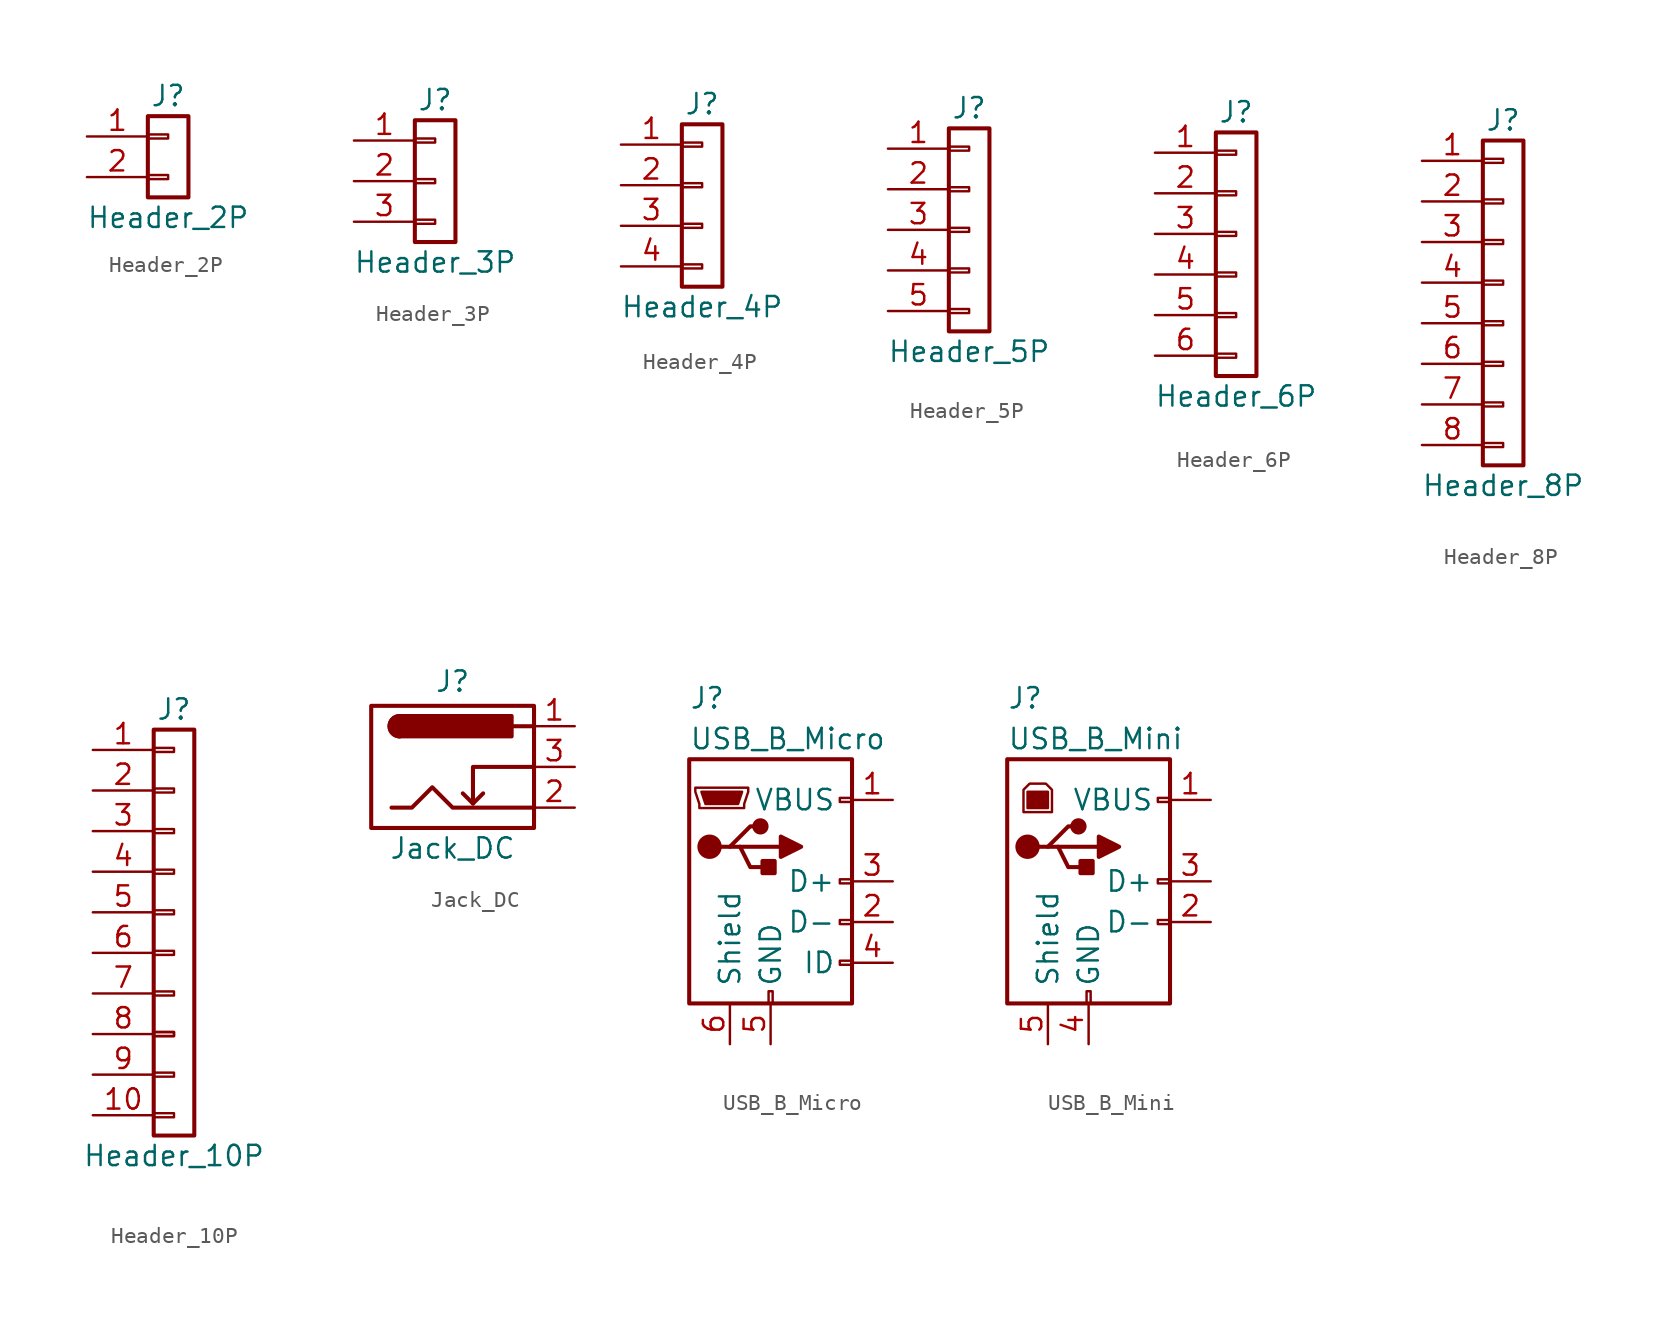
<source format=kicad_sym>
(kicad_symbol_lib
  (version 20220914)
  (generator kicad_symbol_editor)
  (symbol "Header_2P"
    (pin_names
      (offset 1.016) hide)
    (property "Reference" "J"
      (at 0 3.81 0)
      (effects (font (size 1.27 1.27))))
    (property "Value" "Header_2P"
      (at 0 -3.81 0)
      (effects (font (size 1.27 1.27))))
    (symbol "Header_2P_1_1"
      (rectangle (start -1.27 -1.143) (end 0 -1.397) (stroke (width 0.152) (type default)) (fill (type none)))
      (rectangle (start -1.27 1.397) (end 0 1.143) (stroke (width 0.152) (type default)) (fill (type none)))
      (rectangle (start -1.27 2.54) (end 1.27 -2.54) (stroke (width 0.254) (type default)) (fill (type none)))
      (pin passive line (at -5.08 1.27 0) (length 3.81) (name "Pin_1" (effects (font (size 1.27 1.27)))) (number "1" (effects (font (size 1.27 1.27)))))
      (pin passive line (at -5.08 -1.27 0) (length 3.81) (name "Pin_2" (effects (font (size 1.27 1.27)))) (number "2" (effects (font (size 1.27 1.27)))))))
  (symbol "Header_3P"
    (pin_names
      (offset 1.016) hide)
    (property "Reference" "J"
      (at 0 5.08 0)
      (effects (font (size 1.27 1.27))))
    (property "Value" "Header_3P"
      (at 0 -5.08 0)
      (effects (font (size 1.27 1.27))))
    (symbol "Header_3P_1_1"
      (rectangle (start -1.27 -2.413) (end 0 -2.667) (stroke (width 0.152) (type default)) (fill (type none)))
      (rectangle (start -1.27 0.127) (end 0 -0.127) (stroke (width 0.152) (type default)) (fill (type none)))
      (rectangle (start -1.27 2.667) (end 0 2.413) (stroke (width 0.152) (type default)) (fill (type none)))
      (rectangle (start -1.27 3.81) (end 1.27 -3.81) (stroke (width 0.254) (type default)) (fill (type none)))
      (pin passive line (at -5.08 2.54 0) (length 3.81) (name "Pin_1" (effects (font (size 1.27 1.27)))) (number "1" (effects (font (size 1.27 1.27)))))
      (pin passive line (at -5.08 0 0) (length 3.81) (name "Pin_2" (effects (font (size 1.27 1.27)))) (number "2" (effects (font (size 1.27 1.27)))))
      (pin passive line (at -5.08 -2.54 0) (length 3.81) (name "Pin_3" (effects (font (size 1.27 1.27)))) (number "3" (effects (font (size 1.27 1.27)))))))
  (symbol "Header_4P"
    (pin_names
      (offset 1.016) hide)
    (property "Reference" "J"
      (at 0 6.35 0)
      (effects (font (size 1.27 1.27))))
    (property "Value" "Header_4P"
      (at 0 -6.35 0)
      (effects (font (size 1.27 1.27))))
    (symbol "Header_4P_1_1"
      (rectangle (start -1.27 -3.683) (end 0 -3.937) (stroke (width 0.152) (type default)) (fill (type none)))
      (rectangle (start -1.27 -1.143) (end 0 -1.397) (stroke (width 0.152) (type default)) (fill (type none)))
      (rectangle (start -1.27 1.397) (end 0 1.143) (stroke (width 0.152) (type default)) (fill (type none)))
      (rectangle (start -1.27 3.937) (end 0 3.683) (stroke (width 0.152) (type default)) (fill (type none)))
      (rectangle (start -1.27 5.08) (end 1.27 -5.08) (stroke (width 0.254) (type default)) (fill (type none)))
      (pin passive line (at -5.08 3.81 0) (length 3.81) (name "Pin_1" (effects (font (size 1.27 1.27)))) (number "1" (effects (font (size 1.27 1.27)))))
      (pin passive line (at -5.08 1.27 0) (length 3.81) (name "Pin_2" (effects (font (size 1.27 1.27)))) (number "2" (effects (font (size 1.27 1.27)))))
      (pin passive line (at -5.08 -1.27 0) (length 3.81) (name "Pin_3" (effects (font (size 1.27 1.27)))) (number "3" (effects (font (size 1.27 1.27)))))
      (pin passive line (at -5.08 -3.81 0) (length 3.81) (name "Pin_4" (effects (font (size 1.27 1.27)))) (number "4" (effects (font (size 1.27 1.27)))))))
  (symbol "Header_5P"
    (pin_names
      (offset 1.016) hide)
    (property "Reference" "J"
      (at 0 7.62 0)
      (effects (font (size 1.27 1.27))))
    (property "Value" "Header_5P"
      (at 0 -7.62 0)
      (effects (font (size 1.27 1.27))))
    (symbol "Header_5P_1_1"
      (rectangle (start -1.27 -4.953) (end 0 -5.207) (stroke (width 0.152) (type default)) (fill (type none)))
      (rectangle (start -1.27 -2.413) (end 0 -2.667) (stroke (width 0.152) (type default)) (fill (type none)))
      (rectangle (start -1.27 0.127) (end 0 -0.127) (stroke (width 0.152) (type default)) (fill (type none)))
      (rectangle (start -1.27 2.667) (end 0 2.413) (stroke (width 0.152) (type default)) (fill (type none)))
      (rectangle (start -1.27 5.207) (end 0 4.953) (stroke (width 0.152) (type default)) (fill (type none)))
      (rectangle (start -1.27 6.35) (end 1.27 -6.35) (stroke (width 0.254) (type default)) (fill (type none)))
      (pin passive line (at -5.08 5.08 0) (length 3.81) (name "Pin_1" (effects (font (size 1.27 1.27)))) (number "1" (effects (font (size 1.27 1.27)))))
      (pin passive line (at -5.08 2.54 0) (length 3.81) (name "Pin_2" (effects (font (size 1.27 1.27)))) (number "2" (effects (font (size 1.27 1.27)))))
      (pin passive line (at -5.08 0 0) (length 3.81) (name "Pin_3" (effects (font (size 1.27 1.27)))) (number "3" (effects (font (size 1.27 1.27)))))
      (pin passive line (at -5.08 -2.54 0) (length 3.81) (name "Pin_4" (effects (font (size 1.27 1.27)))) (number "4" (effects (font (size 1.27 1.27)))))
      (pin passive line (at -5.08 -5.08 0) (length 3.81) (name "Pin_5" (effects (font (size 1.27 1.27)))) (number "5" (effects (font (size 1.27 1.27)))))))
  (symbol "Header_6P"
    (pin_names
      (offset 1.016) hide)
    (property "Reference" "J"
      (at 0 8.89 0)
      (effects (font (size 1.27 1.27))))
    (property "Value" "Header_6P"
      (at 0 -8.89 0)
      (effects (font (size 1.27 1.27))))
    (symbol "Header_6P_1_1"
      (rectangle (start -1.27 -6.223) (end 0 -6.477) (stroke (width 0.152) (type default)) (fill (type none)))
      (rectangle (start -1.27 -3.683) (end 0 -3.937) (stroke (width 0.152) (type default)) (fill (type none)))
      (rectangle (start -1.27 -1.143) (end 0 -1.397) (stroke (width 0.152) (type default)) (fill (type none)))
      (rectangle (start -1.27 1.397) (end 0 1.143) (stroke (width 0.152) (type default)) (fill (type none)))
      (rectangle (start -1.27 3.937) (end 0 3.683) (stroke (width 0.152) (type default)) (fill (type none)))
      (rectangle (start -1.27 6.477) (end 0 6.223) (stroke (width 0.152) (type default)) (fill (type none)))
      (rectangle (start -1.27 7.62) (end 1.27 -7.62) (stroke (width 0.254) (type default)) (fill (type none)))
      (pin passive line (at -5.08 6.35 0) (length 3.81) (name "Pin_1" (effects (font (size 1.27 1.27)))) (number "1" (effects (font (size 1.27 1.27)))))
      (pin passive line (at -5.08 3.81 0) (length 3.81) (name "Pin_2" (effects (font (size 1.27 1.27)))) (number "2" (effects (font (size 1.27 1.27)))))
      (pin passive line (at -5.08 1.27 0) (length 3.81) (name "Pin_3" (effects (font (size 1.27 1.27)))) (number "3" (effects (font (size 1.27 1.27)))))
      (pin passive line (at -5.08 -1.27 0) (length 3.81) (name "Pin_4" (effects (font (size 1.27 1.27)))) (number "4" (effects (font (size 1.27 1.27)))))
      (pin passive line (at -5.08 -3.81 0) (length 3.81) (name "Pin_5" (effects (font (size 1.27 1.27)))) (number "5" (effects (font (size 1.27 1.27)))))
      (pin passive line (at -5.08 -6.35 0) (length 3.81) (name "Pin_6" (effects (font (size 1.27 1.27)))) (number "6" (effects (font (size 1.27 1.27)))))))
  (symbol "Header_8P"
    (pin_names
      (offset 1.016) hide)
    (property "Reference" "J"
      (at 0 11.43 0)
      (effects (font (size 1.27 1.27))))
    (property "Value" "Header_8P"
      (at 0 -11.43 0)
      (effects (font (size 1.27 1.27))))
    (symbol "Header_8P_1_1"
      (rectangle (start -1.27 -8.763) (end 0 -9.017) (stroke (width 0.152) (type default)) (fill (type none)))
      (rectangle (start -1.27 -6.223) (end 0 -6.477) (stroke (width 0.152) (type default)) (fill (type none)))
      (rectangle (start -1.27 -3.683) (end 0 -3.937) (stroke (width 0.152) (type default)) (fill (type none)))
      (rectangle (start -1.27 -1.143) (end 0 -1.397) (stroke (width 0.152) (type default)) (fill (type none)))
      (rectangle (start -1.27 1.397) (end 0 1.143) (stroke (width 0.152) (type default)) (fill (type none)))
      (rectangle (start -1.27 3.937) (end 0 3.683) (stroke (width 0.152) (type default)) (fill (type none)))
      (rectangle (start -1.27 6.477) (end 0 6.223) (stroke (width 0.152) (type default)) (fill (type none)))
      (rectangle (start -1.27 9.017) (end 0 8.763) (stroke (width 0.152) (type default)) (fill (type none)))
      (rectangle (start -1.27 10.16) (end 1.27 -10.16) (stroke (width 0.254) (type default)) (fill (type none)))
      (pin passive line (at -5.08 8.89 0) (length 3.81) (name "Pin_1" (effects (font (size 1.27 1.27)))) (number "1" (effects (font (size 1.27 1.27)))))
      (pin passive line (at -5.08 6.35 0) (length 3.81) (name "Pin_2" (effects (font (size 1.27 1.27)))) (number "2" (effects (font (size 1.27 1.27)))))
      (pin passive line (at -5.08 3.81 0) (length 3.81) (name "Pin_3" (effects (font (size 1.27 1.27)))) (number "3" (effects (font (size 1.27 1.27)))))
      (pin passive line (at -5.08 1.27 0) (length 3.81) (name "Pin_4" (effects (font (size 1.27 1.27)))) (number "4" (effects (font (size 1.27 1.27)))))
      (pin passive line (at -5.08 -1.27 0) (length 3.81) (name "Pin_5" (effects (font (size 1.27 1.27)))) (number "5" (effects (font (size 1.27 1.27)))))
      (pin passive line (at -5.08 -3.81 0) (length 3.81) (name "Pin_6" (effects (font (size 1.27 1.27)))) (number "6" (effects (font (size 1.27 1.27)))))
      (pin passive line (at -5.08 -6.35 0) (length 3.81) (name "Pin_7" (effects (font (size 1.27 1.27)))) (number "7" (effects (font (size 1.27 1.27)))))
      (pin passive line (at -5.08 -8.89 0) (length 3.81) (name "Pin_8" (effects (font (size 1.27 1.27)))) (number "8" (effects (font (size 1.27 1.27)))))))
  (symbol "Header_10P"
    (pin_names
      (offset 1.016) hide)
    (property "Reference" "J"
      (at 0 11.43 0)
      (effects (font (size 1.27 1.27))))
    (property "Value" "Header_10P"
      (at 0 -16.51 0)
      (effects (font (size 1.27 1.27))))
    (symbol "Header_10P_1_1"
      (rectangle (start -1.27 -13.843) (end 0 -14.097) (stroke (width 0.152) (type default)) (fill (type none)))
      (rectangle (start -1.27 -11.303) (end 0 -11.557) (stroke (width 0.152) (type default)) (fill (type none)))
      (rectangle (start -1.27 -8.763) (end 0 -9.017) (stroke (width 0.152) (type default)) (fill (type none)))
      (rectangle (start -1.27 -8.763) (end 0 -9.017) (stroke (width 0.152) (type default)) (fill (type none)))
      (rectangle (start -1.27 -6.223) (end 0 -6.477) (stroke (width 0.152) (type default)) (fill (type none)))
      (rectangle (start -1.27 -3.683) (end 0 -3.937) (stroke (width 0.152) (type default)) (fill (type none)))
      (rectangle (start -1.27 -1.143) (end 0 -1.397) (stroke (width 0.152) (type default)) (fill (type none)))
      (rectangle (start -1.27 1.397) (end 0 1.143) (stroke (width 0.152) (type default)) (fill (type none)))
      (rectangle (start -1.27 3.937) (end 0 3.683) (stroke (width 0.152) (type default)) (fill (type none)))
      (rectangle (start -1.27 6.477) (end 0 6.223) (stroke (width 0.152) (type default)) (fill (type none)))
      (rectangle (start -1.27 9.017) (end 0 8.763) (stroke (width 0.152) (type default)) (fill (type none)))
      (rectangle (start -1.27 10.16) (end 1.27 -15.24) (stroke (width 0.254) (type default)) (fill (type none)))
      (pin passive line (at -5.08 8.89 0) (length 3.81) (name "Pin_1" (effects (font (size 1.27 1.27)))) (number "1" (effects (font (size 1.27 1.27)))))
      (pin passive line (at -5.08 -13.97 0) (length 3.81) (name "Pin_10" (effects (font (size 1.27 1.27)))) (number "10" (effects (font (size 1.27 1.27)))))
      (pin passive line (at -5.08 6.35 0) (length 3.81) (name "Pin_2" (effects (font (size 1.27 1.27)))) (number "2" (effects (font (size 1.27 1.27)))))
      (pin passive line (at -5.08 3.81 0) (length 3.81) (name "Pin_3" (effects (font (size 1.27 1.27)))) (number "3" (effects (font (size 1.27 1.27)))))
      (pin passive line (at -5.08 1.27 0) (length 3.81) (name "Pin_4" (effects (font (size 1.27 1.27)))) (number "4" (effects (font (size 1.27 1.27)))))
      (pin passive line (at -5.08 -1.27 0) (length 3.81) (name "Pin_5" (effects (font (size 1.27 1.27)))) (number "5" (effects (font (size 1.27 1.27)))))
      (pin passive line (at -5.08 -3.81 0) (length 3.81) (name "Pin_6" (effects (font (size 1.27 1.27)))) (number "6" (effects (font (size 1.27 1.27)))))
      (pin passive line (at -5.08 -6.35 0) (length 3.81) (name "Pin_7" (effects (font (size 1.27 1.27)))) (number "7" (effects (font (size 1.27 1.27)))))
      (pin passive line (at -5.08 -8.89 0) (length 3.81) (name "Pin_8" (effects (font (size 1.27 1.27)))) (number "8" (effects (font (size 1.27 1.27)))))
      (pin passive line (at -5.08 -11.43 0) (length 3.81) (name "Pin_9" (effects (font (size 1.27 1.27)))) (number "9" (effects (font (size 1.27 1.27)))))))
  (symbol "Jack_DC"
    (pin_names hide)
    (property "Reference" "J"
      (at 0 5.334 0)
      (effects (font (size 1.27 1.27))))
    (property "Value" "Jack_DC"
      (at 0 -5.08 0)
      (effects (font (size 1.27 1.27))))
    (symbol "Jack_DC_0_1"
      (arc (start -3.302 3.175) (mid -3.9343 2.54) (end -3.302 1.905) (stroke (width 0.254) (type default)) (fill (type none)))
      (arc (start -3.302 3.175) (mid -3.9343 2.54) (end -3.302 1.905) (stroke (width 0.254) (type default)) (fill (type outline)))
      (polyline (pts (xy 1.27 -2.286) (xy 1.905 -1.651)) (stroke (width 0.254) (type default)) (fill (type none)))
      (polyline (pts (xy 5.08 2.54) (xy 3.81 2.54)) (stroke (width 0.254) (type default)) (fill (type none)))
      (polyline (pts (xy 5.08 0) (xy 1.27 0) (xy 1.27 -2.286) (xy 0.635 -1.651)) (stroke (width 0.254) (type default)) (fill (type none)))
      (polyline (pts (xy -3.81 -2.54) (xy -2.54 -2.54) (xy -1.27 -1.27) (xy 0 -2.54) (xy 2.54 -2.54) (xy 5.08 -2.54)) (stroke (width 0.254) (type default)) (fill (type none)))
      (rectangle (start 3.683 3.175) (end -3.302 1.905) (stroke (width 0.254) (type default)) (fill (type outline))))
    (symbol "Jack_DC_1_1"
      (rectangle (start -5.08 3.81) (end 5.08 -3.81) (stroke (width 0.254) (type default)) (fill (type none)))
      (pin passive line (at 7.62 2.54 180) (length 2.54) (name "~" (effects (font (size 1.27 1.27)))) (number "1" (effects (font (size 1.27 1.27)))))
      (pin passive line (at 7.62 -2.54 180) (length 2.54) (name "~" (effects (font (size 1.27 1.27)))) (number "2" (effects (font (size 1.27 1.27)))))
      (pin passive line (at 7.62 0 180) (length 2.54) (name "~" (effects (font (size 1.27 1.27)))) (number "3" (effects (font (size 1.27 1.27)))))))
  (symbol "USB_B_Micro"
    (pin_names
      (offset 1.016))
    (property "Reference" "J"
      (at -5.08 11.43 0)
      (effects (font (size 1.27 1.27)) (justify left)))
    (property "Value" "USB_B_Micro"
      (at -5.08 8.89 0)
      (effects (font (size 1.27 1.27)) (justify left)))
    (symbol "USB_B_Micro_0_1"
      (circle (center -3.81 2.159) (radius 0.635) (stroke (width 0.254) (type default)) (fill (type outline)))
      (circle (center -0.635 3.429) (radius 0.381) (stroke (width 0.254) (type default)) (fill (type outline)))
      (rectangle (start -0.127 -7.62) (end 0.127 -6.858) (stroke (width 0) (type default)) (fill (type none)))
      (polyline (pts (xy -1.905 2.159) (xy 0.635 2.159)) (stroke (width 0.254) (type default)) (fill (type none)))
      (polyline (pts (xy -3.175 2.159) (xy -2.54 2.159) (xy -1.27 3.429) (xy -0.635 3.429)) (stroke (width 0.254) (type default)) (fill (type none)))
      (polyline (pts (xy -2.54 2.159) (xy -1.905 2.159) (xy -1.27 0.889) (xy 0 0.889)) (stroke (width 0.254) (type default)) (fill (type none)))
      (polyline (pts (xy 0.635 2.794) (xy 0.635 1.524) (xy 1.905 2.159) (xy 0.635 2.794)) (stroke (width 0.254) (type default)) (fill (type outline)))
      (polyline (pts (xy -4.318 5.588) (xy -1.778 5.588) (xy -2.032 4.826) (xy -4.064 4.826) (xy -4.318 5.588)) (stroke (width 0) (type default)) (fill (type outline)))
      (polyline (pts (xy -4.699 5.842) (xy -4.699 5.588) (xy -4.445 4.826) (xy -4.445 4.572) (xy -1.651 4.572) (xy -1.651 4.826) (xy -1.397 5.588) (xy -1.397 5.842) (xy -4.699 5.842)) (stroke (width 0) (type default)) (fill (type none)))
      (rectangle (start 0.254 1.27) (end -0.508 0.508) (stroke (width 0.254) (type default)) (fill (type outline)))
      (rectangle (start 5.08 -5.207) (end 4.318 -4.953) (stroke (width 0) (type default)) (fill (type none)))
      (rectangle (start 5.08 -2.667) (end 4.318 -2.413) (stroke (width 0) (type default)) (fill (type none)))
      (rectangle (start 5.08 -0.127) (end 4.318 0.127) (stroke (width 0) (type default)) (fill (type none)))
      (rectangle (start 5.08 4.953) (end 4.318 5.207) (stroke (width 0) (type default)) (fill (type none))))
    (symbol "USB_B_Micro_1_1"
      (rectangle (start -5.08 7.62) (end 5.08 -7.62) (stroke (width 0.254) (type default)) (fill (type none)))
      (pin power_out line (at 7.62 5.08 180) (length 2.54) (name "VBUS" (effects (font (size 1.27 1.27)))) (number "1" (effects (font (size 1.27 1.27)))))
      (pin bidirectional line (at 7.62 -2.54 180) (length 2.54) (name "D-" (effects (font (size 1.27 1.27)))) (number "2" (effects (font (size 1.27 1.27)))))
      (pin bidirectional line (at 7.62 0 180) (length 2.54) (name "D+" (effects (font (size 1.27 1.27)))) (number "3" (effects (font (size 1.27 1.27)))))
      (pin passive line (at 7.62 -5.08 180) (length 2.54) (name "ID" (effects (font (size 1.27 1.27)))) (number "4" (effects (font (size 1.27 1.27)))))
      (pin power_out line (at 0 -10.16 90) (length 2.54) (name "GND" (effects (font (size 1.27 1.27)))) (number "5" (effects (font (size 1.27 1.27)))))
      (pin passive line (at -2.54 -10.16 90) (length 2.54) (name "Shield" (effects (font (size 1.27 1.27)))) (number "6" (effects (font (size 1.27 1.27)))))))
  (symbol "USB_B_Mini"
    (pin_names
      (offset 1.016))
    (property "Reference" "J"
      (at -5.08 11.43 0)
      (effects (font (size 1.27 1.27)) (justify left)))
    (property "Value" "USB_B_Mini"
      (at -5.08 8.89 0)
      (effects (font (size 1.27 1.27)) (justify left)))
    (symbol "USB_B_Mini_0_1"
      (circle (center -3.81 2.159) (radius 0.635) (stroke (width 0.254) (type default)) (fill (type outline)))
      (rectangle (start -3.81 5.588) (end -2.54 4.572) (stroke (width 0) (type default)) (fill (type outline)))
      (circle (center -0.635 3.429) (radius 0.381) (stroke (width 0.254) (type default)) (fill (type outline)))
      (rectangle (start -0.127 -7.62) (end 0.127 -6.858) (stroke (width 0) (type default)) (fill (type none)))
      (polyline (pts (xy -1.905 2.159) (xy 0.635 2.159)) (stroke (width 0.254) (type default)) (fill (type none)))
      (polyline (pts (xy -3.175 2.159) (xy -2.54 2.159) (xy -1.27 3.429) (xy -0.635 3.429)) (stroke (width 0.254) (type default)) (fill (type none)))
      (polyline (pts (xy -2.54 2.159) (xy -1.905 2.159) (xy -1.27 0.889) (xy 0 0.889)) (stroke (width 0.254) (type default)) (fill (type none)))
      (polyline (pts (xy 0.635 2.794) (xy 0.635 1.524) (xy 1.905 2.159) (xy 0.635 2.794)) (stroke (width 0.254) (type default)) (fill (type outline)))
      (polyline (pts (xy -4.064 4.318) (xy -2.286 4.318) (xy -2.286 5.715) (xy -2.667 6.096) (xy -3.683 6.096) (xy -4.064 5.715) (xy -4.064 4.318)) (stroke (width 0) (type default)) (fill (type none)))
      (rectangle (start 0.254 1.27) (end -0.508 0.508) (stroke (width 0.254) (type default)) (fill (type outline)))
      (rectangle (start 5.08 -2.667) (end 4.318 -2.413) (stroke (width 0) (type default)) (fill (type none)))
      (rectangle (start 5.08 -0.127) (end 4.318 0.127) (stroke (width 0) (type default)) (fill (type none)))
      (rectangle (start 5.08 4.953) (end 4.318 5.207) (stroke (width 0) (type default)) (fill (type none))))
    (symbol "USB_B_Mini_1_1"
      (rectangle (start -5.08 7.62) (end 5.08 -7.62) (stroke (width 0.254) (type default)) (fill (type none)))
      (pin power_out line (at 7.62 5.08 180) (length 2.54) (name "VBUS" (effects (font (size 1.27 1.27)))) (number "1" (effects (font (size 1.27 1.27)))))
      (pin bidirectional line (at 7.62 -2.54 180) (length 2.54) (name "D-" (effects (font (size 1.27 1.27)))) (number "2" (effects (font (size 1.27 1.27)))))
      (pin bidirectional line (at 7.62 0 180) (length 2.54) (name "D+" (effects (font (size 1.27 1.27)))) (number "3" (effects (font (size 1.27 1.27)))))
      (pin power_out line (at 0 -10.16 90) (length 2.54) (name "GND" (effects (font (size 1.27 1.27)))) (number "4" (effects (font (size 1.27 1.27)))))
      (pin passive line (at -2.54 -10.16 90) (length 2.54) (name "Shield" (effects (font (size 1.27 1.27)))) (number "5" (effects (font (size 1.27 1.27))))))))
</source>
